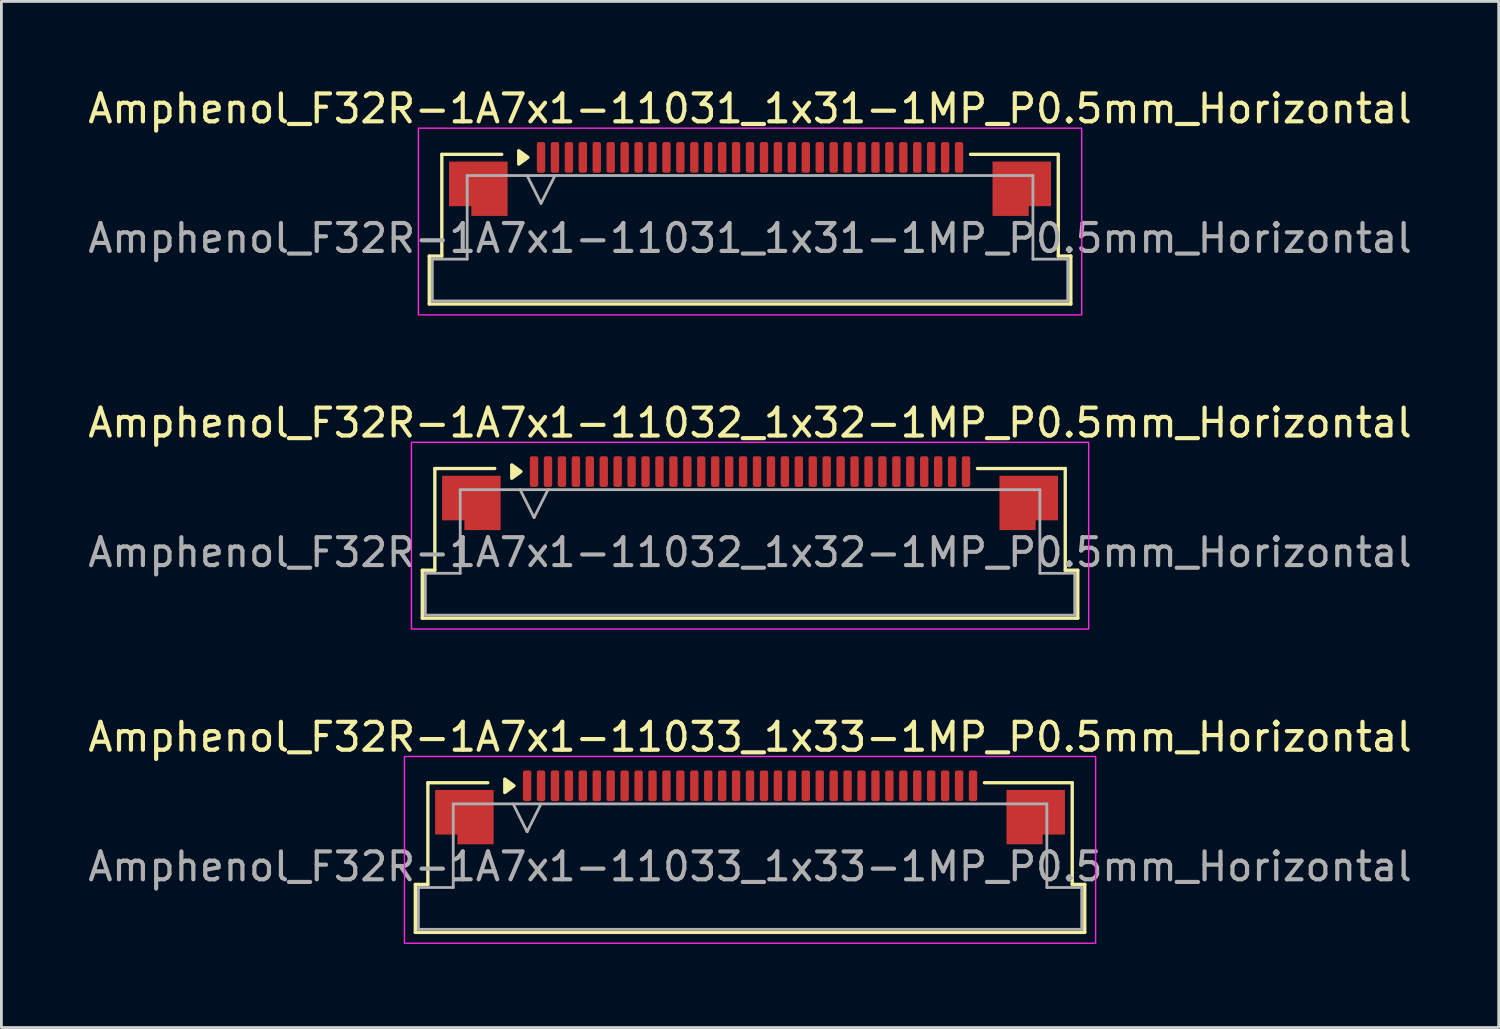
<source format=kicad_pcb>
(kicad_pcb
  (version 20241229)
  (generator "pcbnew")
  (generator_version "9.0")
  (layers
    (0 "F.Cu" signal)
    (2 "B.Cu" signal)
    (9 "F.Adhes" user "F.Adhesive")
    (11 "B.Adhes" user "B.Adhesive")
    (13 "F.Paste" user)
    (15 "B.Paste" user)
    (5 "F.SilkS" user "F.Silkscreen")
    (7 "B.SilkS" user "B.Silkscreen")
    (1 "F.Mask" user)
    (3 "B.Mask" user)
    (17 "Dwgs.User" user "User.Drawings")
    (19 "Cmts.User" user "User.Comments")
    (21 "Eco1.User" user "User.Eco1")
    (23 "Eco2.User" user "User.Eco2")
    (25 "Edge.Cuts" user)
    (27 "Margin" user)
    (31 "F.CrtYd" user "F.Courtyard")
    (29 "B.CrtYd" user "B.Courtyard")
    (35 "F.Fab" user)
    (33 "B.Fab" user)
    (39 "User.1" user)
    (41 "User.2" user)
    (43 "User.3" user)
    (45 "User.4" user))
  (footprint "Amphenol_F32R-1A7x1-11033_1x33-1MP_P0.5mm_Horizontal"
    (layer "F.Cu")
    (at 23.863 28.045)
    (property "Reference" "Amphenol_F32R-1A7x1-11033_1x33-1MP_P0.5mm_Horizontal" (at 0 -4.65 0) (layer "F.SilkS") (effects (font (size 1 1) (thickness 0.15))))
    (attr smd)
    (fp_line (start -12.01 0.64) (end -11.56 0.64) (stroke (width 0.12) (type solid)) (layer "F.SilkS"))
    (fp_line (start -12.01 2.36) (end -12.01 0.64) (stroke (width 0.12) (type solid)) (layer "F.SilkS"))
    (fp_line (start -11.56 -3.01) (end -9.41 -3.01) (stroke (width 0.12) (type solid)) (layer "F.SilkS"))
    (fp_line (start -11.56 0.64) (end -11.56 -3.01) (stroke (width 0.12) (type solid)) (layer "F.SilkS"))
    (fp_line (start 8.41 -3.01) (end 11.56 -3.01) (stroke (width 0.12) (type solid)) (layer "F.SilkS"))
    (fp_line (start 11.56 -3.01) (end 11.56 0.64) (stroke (width 0.12) (type solid)) (layer "F.SilkS"))
    (fp_line (start 11.56 0.64) (end 12.01 0.64) (stroke (width 0.12) (type solid)) (layer "F.SilkS"))
    (fp_line (start 12.01 0.64) (end 12.01 2.36) (stroke (width 0.12) (type solid)) (layer "F.SilkS"))
    (fp_line (start 12.01 2.36) (end -12.01 2.36) (stroke (width 0.12) (type solid)) (layer "F.SilkS"))
    (fp_poly (pts (xy -8.47 -2.9) (xy -8.8 -2.66) (xy -8.8 -3.14)) (stroke (width 0.12) (type solid)) (fill yes) (layer "F.SilkS"))
    (fp_rect (start -12.4 -3.95) (end 12.4 2.75) (stroke (width 0.05) (type solid)) (fill no) (layer "F.CrtYd"))
    (fp_line (start -11.9 0.75) (end -10.65 0.75) (stroke (width 0.1) (type solid)) (layer "F.Fab"))
    (fp_line (start -11.9 2.25) (end -11.9 0.75) (stroke (width 0.1) (type solid)) (layer "F.Fab"))
    (fp_line (start -10.65 -2.25) (end 10.65 -2.25) (stroke (width 0.1) (type solid)) (layer "F.Fab"))
    (fp_line (start -10.65 0.75) (end -10.65 -2.25) (stroke (width 0.1) (type solid)) (layer "F.Fab"))
    (fp_line (start -8.5 -2.25) (end -8 -1.25) (stroke (width 0.1) (type solid)) (layer "F.Fab"))
    (fp_line (start -8 -1.25) (end -7.5 -2.25) (stroke (width 0.1) (type solid)) (layer "F.Fab"))
    (fp_line (start 10.65 -2.25) (end 10.65 0.75) (stroke (width 0.1) (type solid)) (layer "F.Fab"))
    (fp_line (start 10.65 0.75) (end 11.9 0.75) (stroke (width 0.1) (type solid)) (layer "F.Fab"))
    (fp_line (start 11.9 0.75) (end 11.9 2.25) (stroke (width 0.1) (type solid)) (layer "F.Fab"))
    (fp_line (start 11.9 2.25) (end -11.9 2.25) (stroke (width 0.1) (type solid)) (layer "F.Fab"))
    (fp_text user "${REFERENCE}" (at 0 0 0) (layer "F.Fab") (effects (font (size 1 1) (thickness 0.15))))
    (pad "1" smd roundrect (at -8 -2.9) (size 0.3 1.1) (layers "F.Cu" "F.Mask" "F.Paste") (roundrect_rratio 0.25))
    (pad "2" smd roundrect (at -7.5 -2.9) (size 0.3 1.1) (layers "F.Cu" "F.Mask" "F.Paste") (roundrect_rratio 0.25))
    (pad "3" smd roundrect (at -7 -2.9) (size 0.3 1.1) (layers "F.Cu" "F.Mask" "F.Paste") (roundrect_rratio 0.25))
    (pad "4" smd roundrect (at -6.5 -2.9) (size 0.3 1.1) (layers "F.Cu" "F.Mask" "F.Paste") (roundrect_rratio 0.25))
    (pad "5" smd roundrect (at -6 -2.9) (size 0.3 1.1) (layers "F.Cu" "F.Mask" "F.Paste") (roundrect_rratio 0.25))
    (pad "6" smd roundrect (at -5.5 -2.9) (size 0.3 1.1) (layers "F.Cu" "F.Mask" "F.Paste") (roundrect_rratio 0.25))
    (pad "7" smd roundrect (at -5 -2.9) (size 0.3 1.1) (layers "F.Cu" "F.Mask" "F.Paste") (roundrect_rratio 0.25))
    (pad "8" smd roundrect (at -4.5 -2.9) (size 0.3 1.1) (layers "F.Cu" "F.Mask" "F.Paste") (roundrect_rratio 0.25))
    (pad "9" smd roundrect (at -4 -2.9) (size 0.3 1.1) (layers "F.Cu" "F.Mask" "F.Paste") (roundrect_rratio 0.25))
    (pad "10" smd roundrect (at -3.5 -2.9) (size 0.3 1.1) (layers "F.Cu" "F.Mask" "F.Paste") (roundrect_rratio 0.25))
    (pad "11" smd roundrect (at -3 -2.9) (size 0.3 1.1) (layers "F.Cu" "F.Mask" "F.Paste") (roundrect_rratio 0.25))
    (pad "12" smd roundrect (at -2.5 -2.9) (size 0.3 1.1) (layers "F.Cu" "F.Mask" "F.Paste") (roundrect_rratio 0.25))
    (pad "13" smd roundrect (at -2 -2.9) (size 0.3 1.1) (layers "F.Cu" "F.Mask" "F.Paste") (roundrect_rratio 0.25))
    (pad "14" smd roundrect (at -1.5 -2.9) (size 0.3 1.1) (layers "F.Cu" "F.Mask" "F.Paste") (roundrect_rratio 0.25))
    (pad "15" smd roundrect (at -1 -2.9) (size 0.3 1.1) (layers "F.Cu" "F.Mask" "F.Paste") (roundrect_rratio 0.25))
    (pad "16" smd roundrect (at -0.5 -2.9) (size 0.3 1.1) (layers "F.Cu" "F.Mask" "F.Paste") (roundrect_rratio 0.25))
    (pad "17" smd roundrect (at 0 -2.9) (size 0.3 1.1) (layers "F.Cu" "F.Mask" "F.Paste") (roundrect_rratio 0.25))
    (pad "18" smd roundrect (at 0.5 -2.9) (size 0.3 1.1) (layers "F.Cu" "F.Mask" "F.Paste") (roundrect_rratio 0.25))
    (pad "19" smd roundrect (at 1 -2.9) (size 0.3 1.1) (layers "F.Cu" "F.Mask" "F.Paste") (roundrect_rratio 0.25))
    (pad "20" smd roundrect (at 1.5 -2.9) (size 0.3 1.1) (layers "F.Cu" "F.Mask" "F.Paste") (roundrect_rratio 0.25))
    (pad "21" smd roundrect (at 2 -2.9) (size 0.3 1.1) (layers "F.Cu" "F.Mask" "F.Paste") (roundrect_rratio 0.25))
    (pad "22" smd roundrect (at 2.5 -2.9) (size 0.3 1.1) (layers "F.Cu" "F.Mask" "F.Paste") (roundrect_rratio 0.25))
    (pad "23" smd roundrect (at 3 -2.9) (size 0.3 1.1) (layers "F.Cu" "F.Mask" "F.Paste") (roundrect_rratio 0.25))
    (pad "24" smd roundrect (at 3.5 -2.9) (size 0.3 1.1) (layers "F.Cu" "F.Mask" "F.Paste") (roundrect_rratio 0.25))
    (pad "25" smd roundrect (at 4 -2.9) (size 0.3 1.1) (layers "F.Cu" "F.Mask" "F.Paste") (roundrect_rratio 0.25))
    (pad "26" smd roundrect (at 4.5 -2.9) (size 0.3 1.1) (layers "F.Cu" "F.Mask" "F.Paste") (roundrect_rratio 0.25))
    (pad "27" smd roundrect (at 5 -2.9) (size 0.3 1.1) (layers "F.Cu" "F.Mask" "F.Paste") (roundrect_rratio 0.25))
    (pad "28" smd roundrect (at 5.5 -2.9) (size 0.3 1.1) (layers "F.Cu" "F.Mask" "F.Paste") (roundrect_rratio 0.25))
    (pad "29" smd roundrect (at 6 -2.9) (size 0.3 1.1) (layers "F.Cu" "F.Mask" "F.Paste") (roundrect_rratio 0.25))
    (pad "30" smd roundrect (at 6.5 -2.9) (size 0.3 1.1) (layers "F.Cu" "F.Mask" "F.Paste") (roundrect_rratio 0.25))
    (pad "31" smd roundrect (at 7 -2.9) (size 0.3 1.1) (layers "F.Cu" "F.Mask" "F.Paste") (roundrect_rratio 0.25))
    (pad "32" smd roundrect (at 7.5 -2.9) (size 0.3 1.1) (layers "F.Cu" "F.Mask" "F.Paste") (roundrect_rratio 0.25))
    (pad "33" smd roundrect (at 8 -2.9) (size 0.3 1.1) (layers "F.Cu" "F.Mask" "F.Paste") (roundrect_rratio 0.25))
    (pad "MP" smd custom (at -10.25 -1.775) (size 1 1) (layers "F.Cu" "F.Mask" "F.Paste") (options (anchor circle)) (primitives (gr_poly (pts (xy 1.05 -0.975) (xy 1.05 0.975) (xy -0.25 0.975) (xy -0.25 0.625) (xy -1.05 0.625) (xy -1.05 -0.975)) (width 0) (fill yes))))
    (pad "MP" smd custom (at 10.25 -1.775) (size 1 1) (layers "F.Cu" "F.Mask" "F.Paste") (options (anchor circle)) (primitives (gr_poly (pts (xy -1.05 -0.975) (xy -1.05 0.975) (xy 0.25 0.975) (xy 0.25 0.625) (xy 1.05 0.625) (xy 1.05 -0.975)) (width 0) (fill yes)))))
  (footprint "Amphenol_F32R-1A7x1-11032_1x32-1MP_P0.5mm_Horizontal"
    (layer "F.Cu")
    (at 23.863 16.771)
    (property "Reference" "Amphenol_F32R-1A7x1-11032_1x32-1MP_P0.5mm_Horizontal" (at 0 -4.65 0) (layer "F.SilkS") (effects (font (size 1 1) (thickness 0.15))))
    (attr smd)
    (fp_line (start -11.76 0.64) (end -11.31 0.64) (stroke (width 0.12) (type solid)) (layer "F.SilkS"))
    (fp_line (start -11.76 2.36) (end -11.76 0.64) (stroke (width 0.12) (type solid)) (layer "F.SilkS"))
    (fp_line (start -11.31 -3.01) (end -9.16 -3.01) (stroke (width 0.12) (type solid)) (layer "F.SilkS"))
    (fp_line (start -11.31 0.64) (end -11.31 -3.01) (stroke (width 0.12) (type solid)) (layer "F.SilkS"))
    (fp_line (start 8.16 -3.01) (end 11.31 -3.01) (stroke (width 0.12) (type solid)) (layer "F.SilkS"))
    (fp_line (start 11.31 -3.01) (end 11.31 0.64) (stroke (width 0.12) (type solid)) (layer "F.SilkS"))
    (fp_line (start 11.31 0.64) (end 11.76 0.64) (stroke (width 0.12) (type solid)) (layer "F.SilkS"))
    (fp_line (start 11.76 0.64) (end 11.76 2.36) (stroke (width 0.12) (type solid)) (layer "F.SilkS"))
    (fp_line (start 11.76 2.36) (end -11.76 2.36) (stroke (width 0.12) (type solid)) (layer "F.SilkS"))
    (fp_poly (pts (xy -8.22 -2.9) (xy -8.55 -2.66) (xy -8.55 -3.14)) (stroke (width 0.12) (type solid)) (fill yes) (layer "F.SilkS"))
    (fp_rect (start -12.15 -3.95) (end 12.15 2.75) (stroke (width 0.05) (type solid)) (fill no) (layer "F.CrtYd"))
    (fp_line (start -11.65 0.75) (end -10.4 0.75) (stroke (width 0.1) (type solid)) (layer "F.Fab"))
    (fp_line (start -11.65 2.25) (end -11.65 0.75) (stroke (width 0.1) (type solid)) (layer "F.Fab"))
    (fp_line (start -10.4 -2.25) (end 10.4 -2.25) (stroke (width 0.1) (type solid)) (layer "F.Fab"))
    (fp_line (start -10.4 0.75) (end -10.4 -2.25) (stroke (width 0.1) (type solid)) (layer "F.Fab"))
    (fp_line (start -8.25 -2.25) (end -7.75 -1.25) (stroke (width 0.1) (type solid)) (layer "F.Fab"))
    (fp_line (start -7.75 -1.25) (end -7.25 -2.25) (stroke (width 0.1) (type solid)) (layer "F.Fab"))
    (fp_line (start 10.4 -2.25) (end 10.4 0.75) (stroke (width 0.1) (type solid)) (layer "F.Fab"))
    (fp_line (start 10.4 0.75) (end 11.65 0.75) (stroke (width 0.1) (type solid)) (layer "F.Fab"))
    (fp_line (start 11.65 0.75) (end 11.65 2.25) (stroke (width 0.1) (type solid)) (layer "F.Fab"))
    (fp_line (start 11.65 2.25) (end -11.65 2.25) (stroke (width 0.1) (type solid)) (layer "F.Fab"))
    (fp_text user "${REFERENCE}" (at 0 0 0) (layer "F.Fab") (effects (font (size 1 1) (thickness 0.15))))
    (pad "1" smd roundrect (at -7.75 -2.9) (size 0.3 1.1) (layers "F.Cu" "F.Mask" "F.Paste") (roundrect_rratio 0.25))
    (pad "2" smd roundrect (at -7.25 -2.9) (size 0.3 1.1) (layers "F.Cu" "F.Mask" "F.Paste") (roundrect_rratio 0.25))
    (pad "3" smd roundrect (at -6.75 -2.9) (size 0.3 1.1) (layers "F.Cu" "F.Mask" "F.Paste") (roundrect_rratio 0.25))
    (pad "4" smd roundrect (at -6.25 -2.9) (size 0.3 1.1) (layers "F.Cu" "F.Mask" "F.Paste") (roundrect_rratio 0.25))
    (pad "5" smd roundrect (at -5.75 -2.9) (size 0.3 1.1) (layers "F.Cu" "F.Mask" "F.Paste") (roundrect_rratio 0.25))
    (pad "6" smd roundrect (at -5.25 -2.9) (size 0.3 1.1) (layers "F.Cu" "F.Mask" "F.Paste") (roundrect_rratio 0.25))
    (pad "7" smd roundrect (at -4.75 -2.9) (size 0.3 1.1) (layers "F.Cu" "F.Mask" "F.Paste") (roundrect_rratio 0.25))
    (pad "8" smd roundrect (at -4.25 -2.9) (size 0.3 1.1) (layers "F.Cu" "F.Mask" "F.Paste") (roundrect_rratio 0.25))
    (pad "9" smd roundrect (at -3.75 -2.9) (size 0.3 1.1) (layers "F.Cu" "F.Mask" "F.Paste") (roundrect_rratio 0.25))
    (pad "10" smd roundrect (at -3.25 -2.9) (size 0.3 1.1) (layers "F.Cu" "F.Mask" "F.Paste") (roundrect_rratio 0.25))
    (pad "11" smd roundrect (at -2.75 -2.9) (size 0.3 1.1) (layers "F.Cu" "F.Mask" "F.Paste") (roundrect_rratio 0.25))
    (pad "12" smd roundrect (at -2.25 -2.9) (size 0.3 1.1) (layers "F.Cu" "F.Mask" "F.Paste") (roundrect_rratio 0.25))
    (pad "13" smd roundrect (at -1.75 -2.9) (size 0.3 1.1) (layers "F.Cu" "F.Mask" "F.Paste") (roundrect_rratio 0.25))
    (pad "14" smd roundrect (at -1.25 -2.9) (size 0.3 1.1) (layers "F.Cu" "F.Mask" "F.Paste") (roundrect_rratio 0.25))
    (pad "15" smd roundrect (at -0.75 -2.9) (size 0.3 1.1) (layers "F.Cu" "F.Mask" "F.Paste") (roundrect_rratio 0.25))
    (pad "16" smd roundrect (at -0.25 -2.9) (size 0.3 1.1) (layers "F.Cu" "F.Mask" "F.Paste") (roundrect_rratio 0.25))
    (pad "17" smd roundrect (at 0.25 -2.9) (size 0.3 1.1) (layers "F.Cu" "F.Mask" "F.Paste") (roundrect_rratio 0.25))
    (pad "18" smd roundrect (at 0.75 -2.9) (size 0.3 1.1) (layers "F.Cu" "F.Mask" "F.Paste") (roundrect_rratio 0.25))
    (pad "19" smd roundrect (at 1.25 -2.9) (size 0.3 1.1) (layers "F.Cu" "F.Mask" "F.Paste") (roundrect_rratio 0.25))
    (pad "20" smd roundrect (at 1.75 -2.9) (size 0.3 1.1) (layers "F.Cu" "F.Mask" "F.Paste") (roundrect_rratio 0.25))
    (pad "21" smd roundrect (at 2.25 -2.9) (size 0.3 1.1) (layers "F.Cu" "F.Mask" "F.Paste") (roundrect_rratio 0.25))
    (pad "22" smd roundrect (at 2.75 -2.9) (size 0.3 1.1) (layers "F.Cu" "F.Mask" "F.Paste") (roundrect_rratio 0.25))
    (pad "23" smd roundrect (at 3.25 -2.9) (size 0.3 1.1) (layers "F.Cu" "F.Mask" "F.Paste") (roundrect_rratio 0.25))
    (pad "24" smd roundrect (at 3.75 -2.9) (size 0.3 1.1) (layers "F.Cu" "F.Mask" "F.Paste") (roundrect_rratio 0.25))
    (pad "25" smd roundrect (at 4.25 -2.9) (size 0.3 1.1) (layers "F.Cu" "F.Mask" "F.Paste") (roundrect_rratio 0.25))
    (pad "26" smd roundrect (at 4.75 -2.9) (size 0.3 1.1) (layers "F.Cu" "F.Mask" "F.Paste") (roundrect_rratio 0.25))
    (pad "27" smd roundrect (at 5.25 -2.9) (size 0.3 1.1) (layers "F.Cu" "F.Mask" "F.Paste") (roundrect_rratio 0.25))
    (pad "28" smd roundrect (at 5.75 -2.9) (size 0.3 1.1) (layers "F.Cu" "F.Mask" "F.Paste") (roundrect_rratio 0.25))
    (pad "29" smd roundrect (at 6.25 -2.9) (size 0.3 1.1) (layers "F.Cu" "F.Mask" "F.Paste") (roundrect_rratio 0.25))
    (pad "30" smd roundrect (at 6.75 -2.9) (size 0.3 1.1) (layers "F.Cu" "F.Mask" "F.Paste") (roundrect_rratio 0.25))
    (pad "31" smd roundrect (at 7.25 -2.9) (size 0.3 1.1) (layers "F.Cu" "F.Mask" "F.Paste") (roundrect_rratio 0.25))
    (pad "32" smd roundrect (at 7.75 -2.9) (size 0.3 1.1) (layers "F.Cu" "F.Mask" "F.Paste") (roundrect_rratio 0.25))
    (pad "MP" smd custom (at -10 -1.775) (size 1 1) (layers "F.Cu" "F.Mask" "F.Paste") (options (anchor circle)) (primitives (gr_poly (pts (xy 1.05 -0.975) (xy 1.05 0.975) (xy -0.25 0.975) (xy -0.25 0.625) (xy -1.05 0.625) (xy -1.05 -0.975)) (width 0) (fill yes))))
    (pad "MP" smd custom (at 10 -1.775) (size 1 1) (layers "F.Cu" "F.Mask" "F.Paste") (options (anchor circle)) (primitives (gr_poly (pts (xy -1.05 -0.975) (xy -1.05 0.975) (xy 0.25 0.975) (xy 0.25 0.625) (xy 1.05 0.625) (xy 1.05 -0.975)) (width 0) (fill yes)))))
  (footprint "Amphenol_F32R-1A7x1-11031_1x31-1MP_P0.5mm_Horizontal"
    (layer "F.Cu")
    (at 23.863 5.498)
    (property "Reference" "Amphenol_F32R-1A7x1-11031_1x31-1MP_P0.5mm_Horizontal" (at 0 -4.65 0) (layer "F.SilkS") (effects (font (size 1 1) (thickness 0.15))))
    (attr smd)
    (fp_line (start -11.51 0.64) (end -11.06 0.64) (stroke (width 0.12) (type solid)) (layer "F.SilkS"))
    (fp_line (start -11.51 2.36) (end -11.51 0.64) (stroke (width 0.12) (type solid)) (layer "F.SilkS"))
    (fp_line (start -11.06 -3.01) (end -8.91 -3.01) (stroke (width 0.12) (type solid)) (layer "F.SilkS"))
    (fp_line (start -11.06 0.64) (end -11.06 -3.01) (stroke (width 0.12) (type solid)) (layer "F.SilkS"))
    (fp_line (start 7.91 -3.01) (end 11.06 -3.01) (stroke (width 0.12) (type solid)) (layer "F.SilkS"))
    (fp_line (start 11.06 -3.01) (end 11.06 0.64) (stroke (width 0.12) (type solid)) (layer "F.SilkS"))
    (fp_line (start 11.06 0.64) (end 11.51 0.64) (stroke (width 0.12) (type solid)) (layer "F.SilkS"))
    (fp_line (start 11.51 0.64) (end 11.51 2.36) (stroke (width 0.12) (type solid)) (layer "F.SilkS"))
    (fp_line (start 11.51 2.36) (end -11.51 2.36) (stroke (width 0.12) (type solid)) (layer "F.SilkS"))
    (fp_poly (pts (xy -7.97 -2.9) (xy -8.3 -2.66) (xy -8.3 -3.14)) (stroke (width 0.12) (type solid)) (fill yes) (layer "F.SilkS"))
    (fp_rect (start -11.9 -3.95) (end 11.9 2.75) (stroke (width 0.05) (type solid)) (fill no) (layer "F.CrtYd"))
    (fp_line (start -11.4 0.75) (end -10.15 0.75) (stroke (width 0.1) (type solid)) (layer "F.Fab"))
    (fp_line (start -11.4 2.25) (end -11.4 0.75) (stroke (width 0.1) (type solid)) (layer "F.Fab"))
    (fp_line (start -10.15 -2.25) (end 10.15 -2.25) (stroke (width 0.1) (type solid)) (layer "F.Fab"))
    (fp_line (start -10.15 0.75) (end -10.15 -2.25) (stroke (width 0.1) (type solid)) (layer "F.Fab"))
    (fp_line (start -8 -2.25) (end -7.5 -1.25) (stroke (width 0.1) (type solid)) (layer "F.Fab"))
    (fp_line (start -7.5 -1.25) (end -7 -2.25) (stroke (width 0.1) (type solid)) (layer "F.Fab"))
    (fp_line (start 10.15 -2.25) (end 10.15 0.75) (stroke (width 0.1) (type solid)) (layer "F.Fab"))
    (fp_line (start 10.15 0.75) (end 11.4 0.75) (stroke (width 0.1) (type solid)) (layer "F.Fab"))
    (fp_line (start 11.4 0.75) (end 11.4 2.25) (stroke (width 0.1) (type solid)) (layer "F.Fab"))
    (fp_line (start 11.4 2.25) (end -11.4 2.25) (stroke (width 0.1) (type solid)) (layer "F.Fab"))
    (fp_text user "${REFERENCE}" (at 0 0 0) (layer "F.Fab") (effects (font (size 1 1) (thickness 0.15))))
    (pad "1" smd roundrect (at -7.5 -2.9) (size 0.3 1.1) (layers "F.Cu" "F.Mask" "F.Paste") (roundrect_rratio 0.25))
    (pad "2" smd roundrect (at -7 -2.9) (size 0.3 1.1) (layers "F.Cu" "F.Mask" "F.Paste") (roundrect_rratio 0.25))
    (pad "3" smd roundrect (at -6.5 -2.9) (size 0.3 1.1) (layers "F.Cu" "F.Mask" "F.Paste") (roundrect_rratio 0.25))
    (pad "4" smd roundrect (at -6 -2.9) (size 0.3 1.1) (layers "F.Cu" "F.Mask" "F.Paste") (roundrect_rratio 0.25))
    (pad "5" smd roundrect (at -5.5 -2.9) (size 0.3 1.1) (layers "F.Cu" "F.Mask" "F.Paste") (roundrect_rratio 0.25))
    (pad "6" smd roundrect (at -5 -2.9) (size 0.3 1.1) (layers "F.Cu" "F.Mask" "F.Paste") (roundrect_rratio 0.25))
    (pad "7" smd roundrect (at -4.5 -2.9) (size 0.3 1.1) (layers "F.Cu" "F.Mask" "F.Paste") (roundrect_rratio 0.25))
    (pad "8" smd roundrect (at -4 -2.9) (size 0.3 1.1) (layers "F.Cu" "F.Mask" "F.Paste") (roundrect_rratio 0.25))
    (pad "9" smd roundrect (at -3.5 -2.9) (size 0.3 1.1) (layers "F.Cu" "F.Mask" "F.Paste") (roundrect_rratio 0.25))
    (pad "10" smd roundrect (at -3 -2.9) (size 0.3 1.1) (layers "F.Cu" "F.Mask" "F.Paste") (roundrect_rratio 0.25))
    (pad "11" smd roundrect (at -2.5 -2.9) (size 0.3 1.1) (layers "F.Cu" "F.Mask" "F.Paste") (roundrect_rratio 0.25))
    (pad "12" smd roundrect (at -2 -2.9) (size 0.3 1.1) (layers "F.Cu" "F.Mask" "F.Paste") (roundrect_rratio 0.25))
    (pad "13" smd roundrect (at -1.5 -2.9) (size 0.3 1.1) (layers "F.Cu" "F.Mask" "F.Paste") (roundrect_rratio 0.25))
    (pad "14" smd roundrect (at -1 -2.9) (size 0.3 1.1) (layers "F.Cu" "F.Mask" "F.Paste") (roundrect_rratio 0.25))
    (pad "15" smd roundrect (at -0.5 -2.9) (size 0.3 1.1) (layers "F.Cu" "F.Mask" "F.Paste") (roundrect_rratio 0.25))
    (pad "16" smd roundrect (at 0 -2.9) (size 0.3 1.1) (layers "F.Cu" "F.Mask" "F.Paste") (roundrect_rratio 0.25))
    (pad "17" smd roundrect (at 0.5 -2.9) (size 0.3 1.1) (layers "F.Cu" "F.Mask" "F.Paste") (roundrect_rratio 0.25))
    (pad "18" smd roundrect (at 1 -2.9) (size 0.3 1.1) (layers "F.Cu" "F.Mask" "F.Paste") (roundrect_rratio 0.25))
    (pad "19" smd roundrect (at 1.5 -2.9) (size 0.3 1.1) (layers "F.Cu" "F.Mask" "F.Paste") (roundrect_rratio 0.25))
    (pad "20" smd roundrect (at 2 -2.9) (size 0.3 1.1) (layers "F.Cu" "F.Mask" "F.Paste") (roundrect_rratio 0.25))
    (pad "21" smd roundrect (at 2.5 -2.9) (size 0.3 1.1) (layers "F.Cu" "F.Mask" "F.Paste") (roundrect_rratio 0.25))
    (pad "22" smd roundrect (at 3 -2.9) (size 0.3 1.1) (layers "F.Cu" "F.Mask" "F.Paste") (roundrect_rratio 0.25))
    (pad "23" smd roundrect (at 3.5 -2.9) (size 0.3 1.1) (layers "F.Cu" "F.Mask" "F.Paste") (roundrect_rratio 0.25))
    (pad "24" smd roundrect (at 4 -2.9) (size 0.3 1.1) (layers "F.Cu" "F.Mask" "F.Paste") (roundrect_rratio 0.25))
    (pad "25" smd roundrect (at 4.5 -2.9) (size 0.3 1.1) (layers "F.Cu" "F.Mask" "F.Paste") (roundrect_rratio 0.25))
    (pad "26" smd roundrect (at 5 -2.9) (size 0.3 1.1) (layers "F.Cu" "F.Mask" "F.Paste") (roundrect_rratio 0.25))
    (pad "27" smd roundrect (at 5.5 -2.9) (size 0.3 1.1) (layers "F.Cu" "F.Mask" "F.Paste") (roundrect_rratio 0.25))
    (pad "28" smd roundrect (at 6 -2.9) (size 0.3 1.1) (layers "F.Cu" "F.Mask" "F.Paste") (roundrect_rratio 0.25))
    (pad "29" smd roundrect (at 6.5 -2.9) (size 0.3 1.1) (layers "F.Cu" "F.Mask" "F.Paste") (roundrect_rratio 0.25))
    (pad "30" smd roundrect (at 7 -2.9) (size 0.3 1.1) (layers "F.Cu" "F.Mask" "F.Paste") (roundrect_rratio 0.25))
    (pad "31" smd roundrect (at 7.5 -2.9) (size 0.3 1.1) (layers "F.Cu" "F.Mask" "F.Paste") (roundrect_rratio 0.25))
    (pad "MP" smd custom (at -9.75 -1.775) (size 1 1) (layers "F.Cu" "F.Mask" "F.Paste") (options (anchor circle)) (primitives (gr_poly (pts (xy 1.05 -0.975) (xy 1.05 0.975) (xy -0.25 0.975) (xy -0.25 0.625) (xy -1.05 0.625) (xy -1.05 -0.975)) (width 0) (fill yes))))
    (pad "MP" smd custom (at 9.75 -1.775) (size 1 1) (layers "F.Cu" "F.Mask" "F.Paste") (options (anchor circle)) (primitives (gr_poly (pts (xy -1.05 -0.975) (xy -1.05 0.975) (xy 0.25 0.975) (xy 0.25 0.625) (xy 1.05 0.625) (xy 1.05 -0.975)) (width 0) (fill yes)))))
  (gr_rect
    (start -3 -3)
    (end 50.726 33.82)
    (stroke (width 0.1) (type default))
    (fill no)
    (layer "Edge.Cuts")))
</source>
